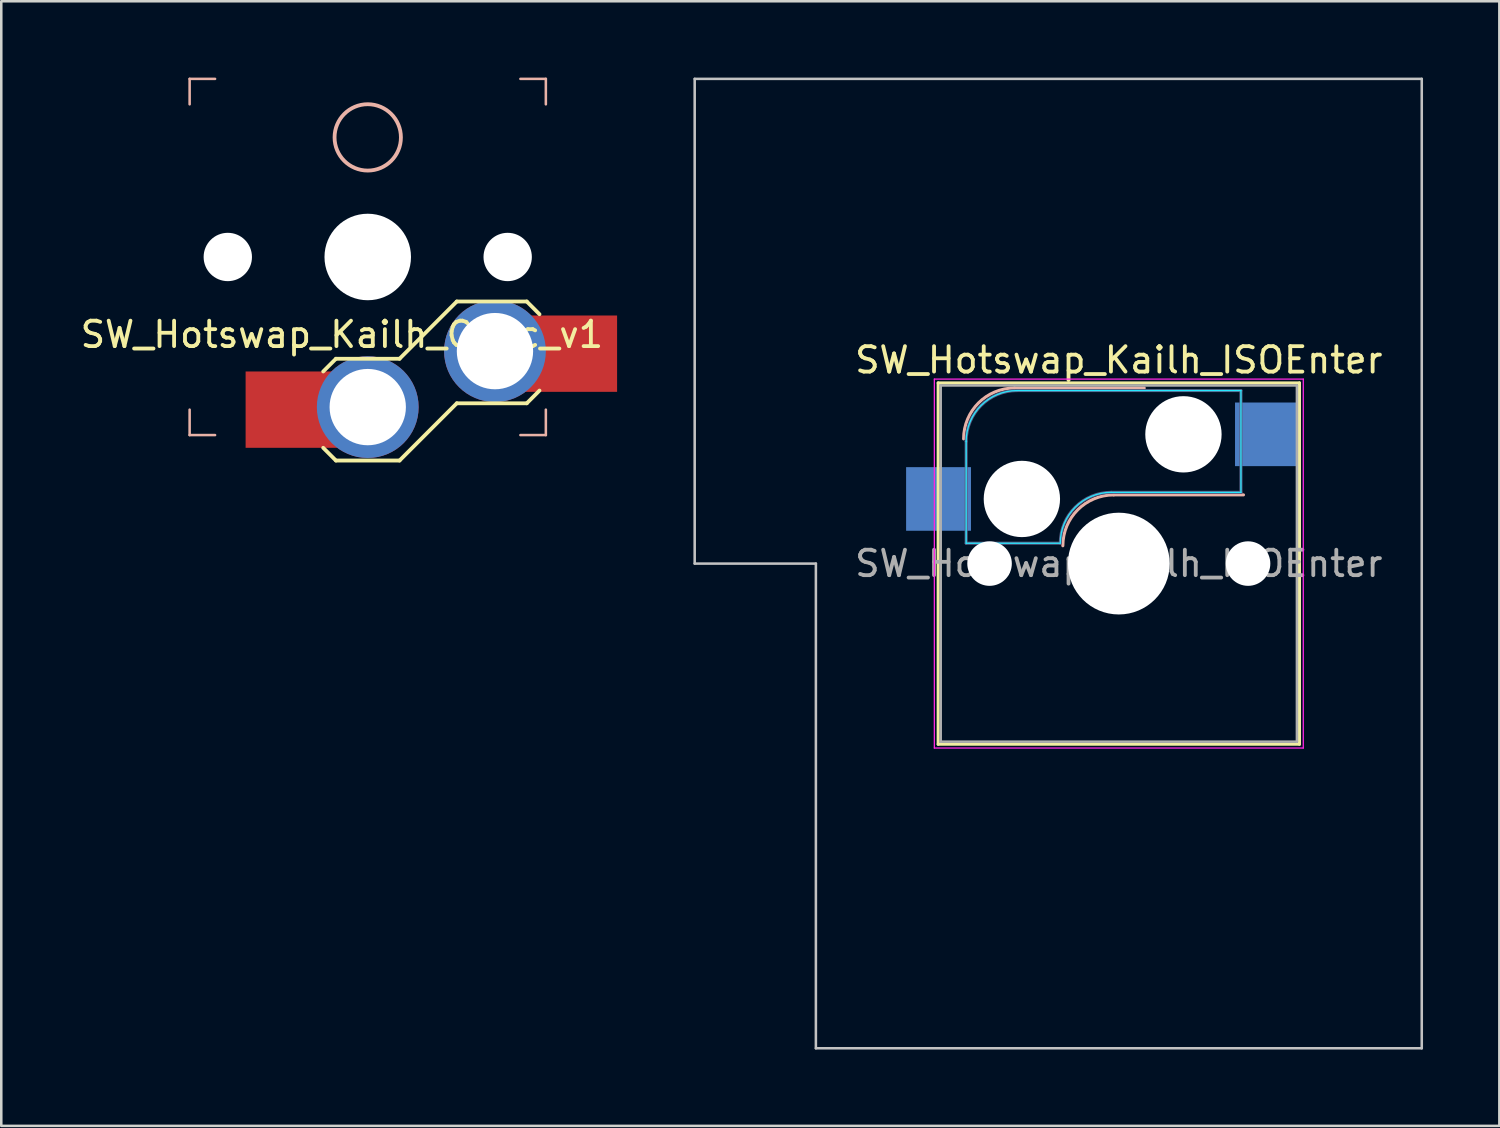
<source format=kicad_pcb>
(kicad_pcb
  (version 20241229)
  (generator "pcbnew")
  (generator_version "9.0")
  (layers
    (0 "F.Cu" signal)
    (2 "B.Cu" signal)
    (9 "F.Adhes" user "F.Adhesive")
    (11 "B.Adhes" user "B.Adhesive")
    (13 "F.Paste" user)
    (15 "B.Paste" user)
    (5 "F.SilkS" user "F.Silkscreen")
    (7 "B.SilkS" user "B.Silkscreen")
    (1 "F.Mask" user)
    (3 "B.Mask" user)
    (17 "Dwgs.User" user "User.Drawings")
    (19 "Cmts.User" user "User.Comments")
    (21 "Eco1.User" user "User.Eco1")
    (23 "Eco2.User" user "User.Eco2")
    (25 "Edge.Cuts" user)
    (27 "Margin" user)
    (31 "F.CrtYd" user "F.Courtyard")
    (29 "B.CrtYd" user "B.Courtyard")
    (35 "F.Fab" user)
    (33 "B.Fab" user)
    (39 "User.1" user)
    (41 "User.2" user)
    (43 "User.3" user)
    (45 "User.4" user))
  (footprint "SW_Hotswap_Kailh_ISOEnter"
    (layer "F.Cu")
    (at 40.922 19.1)
    (property "Reference" "SW_Hotswap_Kailh_ISOEnter" (at 0 -8 0) (layer "F.SilkS") (effects (font (size 1 1) (thickness 0.15))))
    (attr smd)
    (fp_line (start -7.1 -7.1) (end -7.1 7.1) (stroke (width 0.12) (type solid)) (layer "F.SilkS"))
    (fp_line (start -7.1 7.1) (end 7.1 7.1) (stroke (width 0.12) (type solid)) (layer "F.SilkS"))
    (fp_line (start 7.1 -7.1) (end -7.1 -7.1) (stroke (width 0.12) (type solid)) (layer "F.SilkS"))
    (fp_line (start 7.1 7.1) (end 7.1 -7.1) (stroke (width 0.12) (type solid)) (layer "F.SilkS"))
    (fp_line (start -4.1 -6.9) (end 1 -6.9) (stroke (width 0.12) (type solid)) (layer "B.SilkS"))
    (fp_line (start -0.2 -2.7) (end 4.9 -2.7) (stroke (width 0.12) (type solid)) (layer "B.SilkS"))
    (fp_arc (start -6.1 -4.9) (mid -5.514214 -6.314214) (end -4.1 -6.9) (stroke (width 0.12) (type solid)) (layer "B.SilkS"))
    (fp_arc (start -2.2 -0.7) (mid -1.614214 -2.114214) (end -0.2 -2.7) (stroke (width 0.12) (type solid)) (layer "B.SilkS"))
    (fp_line (start -16.669 -19.05) (end -16.669 0) (stroke (width 0.1) (type solid)) (layer "Dwgs.User"))
    (fp_line (start -16.669 0) (end -11.906 0) (stroke (width 0.1) (type solid)) (layer "Dwgs.User"))
    (fp_line (start -11.906 0) (end -11.906 19.05) (stroke (width 0.1) (type solid)) (layer "Dwgs.User"))
    (fp_line (start -11.906 19.05) (end 11.906 19.05) (stroke (width 0.1) (type solid)) (layer "Dwgs.User"))
    (fp_line (start 11.906 -19.05) (end -16.669 -19.05) (stroke (width 0.1) (type solid)) (layer "Dwgs.User"))
    (fp_line (start 11.906 19.05) (end 11.906 -19.05) (stroke (width 0.1) (type solid)) (layer "Dwgs.User"))
    (fp_line (start -7.8 -6) (end -7 -6) (stroke (width 0.1) (type solid)) (layer "Eco1.User"))
    (fp_line (start -7.8 -2.9) (end -7.8 -6) (stroke (width 0.1) (type solid)) (layer "Eco1.User"))
    (fp_line (start -7.8 2.9) (end -7 2.9) (stroke (width 0.1) (type solid)) (layer "Eco1.User"))
    (fp_line (start -7.8 6) (end -7.8 2.9) (stroke (width 0.1) (type solid)) (layer "Eco1.User"))
    (fp_line (start -7 -7) (end 7 -7) (stroke (width 0.1) (type solid)) (layer "Eco1.User"))
    (fp_line (start -7 -6) (end -7 -7) (stroke (width 0.1) (type solid)) (layer "Eco1.User"))
    (fp_line (start -7 -2.9) (end -7.8 -2.9) (stroke (width 0.1) (type solid)) (layer "Eco1.User"))
    (fp_line (start -7 2.9) (end -7 -2.9) (stroke (width 0.1) (type solid)) (layer "Eco1.User"))
    (fp_line (start -7 6) (end -7.8 6) (stroke (width 0.1) (type solid)) (layer "Eco1.User"))
    (fp_line (start -7 7) (end -7 6) (stroke (width 0.1) (type solid)) (layer "Eco1.User"))
    (fp_line (start 7 -7) (end 7 -6) (stroke (width 0.1) (type solid)) (layer "Eco1.User"))
    (fp_line (start 7 -6) (end 7.8 -6) (stroke (width 0.1) (type solid)) (layer "Eco1.User"))
    (fp_line (start 7 -2.9) (end 7 2.9) (stroke (width 0.1) (type solid)) (layer "Eco1.User"))
    (fp_line (start 7 2.9) (end 7.8 2.9) (stroke (width 0.1) (type solid)) (layer "Eco1.User"))
    (fp_line (start 7 6) (end 7 7) (stroke (width 0.1) (type solid)) (layer "Eco1.User"))
    (fp_line (start 7 7) (end -7 7) (stroke (width 0.1) (type solid)) (layer "Eco1.User"))
    (fp_line (start 7.8 -6) (end 7.8 -2.9) (stroke (width 0.1) (type solid)) (layer "Eco1.User"))
    (fp_line (start 7.8 -2.9) (end 7 -2.9) (stroke (width 0.1) (type solid)) (layer "Eco1.User"))
    (fp_line (start 7.8 2.9) (end 7.8 6) (stroke (width 0.1) (type solid)) (layer "Eco1.User"))
    (fp_line (start 7.8 6) (end 7 6) (stroke (width 0.1) (type solid)) (layer "Eco1.User"))
    (fp_line (start -6 -0.8) (end -6 -4.8) (stroke (width 0.05) (type solid)) (layer "B.CrtYd"))
    (fp_line (start -6 -0.8) (end -2.3 -0.8) (stroke (width 0.05) (type solid)) (layer "B.CrtYd"))
    (fp_line (start -4 -6.8) (end 4.8 -6.8) (stroke (width 0.05) (type solid)) (layer "B.CrtYd"))
    (fp_line (start -0.3 -2.8) (end 4.8 -2.8) (stroke (width 0.05) (type solid)) (layer "B.CrtYd"))
    (fp_line (start 4.8 -6.8) (end 4.8 -2.8) (stroke (width 0.05) (type solid)) (layer "B.CrtYd"))
    (fp_arc (start -6 -4.8) (mid -5.414214 -6.214214) (end -4 -6.8) (stroke (width 0.05) (type solid)) (layer "B.CrtYd"))
    (fp_arc (start -2.3 -0.8) (mid -1.714214 -2.214214) (end -0.3 -2.8) (stroke (width 0.05) (type solid)) (layer "B.CrtYd"))
    (fp_line (start -7.25 -7.25) (end -7.25 7.25) (stroke (width 0.05) (type solid)) (layer "F.CrtYd"))
    (fp_line (start -7.25 7.25) (end 7.25 7.25) (stroke (width 0.05) (type solid)) (layer "F.CrtYd"))
    (fp_line (start 7.25 -7.25) (end -7.25 -7.25) (stroke (width 0.05) (type solid)) (layer "F.CrtYd"))
    (fp_line (start 7.25 7.25) (end 7.25 -7.25) (stroke (width 0.05) (type solid)) (layer "F.CrtYd"))
    (fp_line (start -6 -0.8) (end -6 -4.8) (stroke (width 0.12) (type solid)) (layer "B.Fab"))
    (fp_line (start -6 -0.8) (end -2.3 -0.8) (stroke (width 0.12) (type solid)) (layer "B.Fab"))
    (fp_line (start -4 -6.8) (end 4.8 -6.8) (stroke (width 0.12) (type solid)) (layer "B.Fab"))
    (fp_line (start -0.3 -2.8) (end 4.8 -2.8) (stroke (width 0.12) (type solid)) (layer "B.Fab"))
    (fp_line (start 4.8 -6.8) (end 4.8 -2.8) (stroke (width 0.12) (type solid)) (layer "B.Fab"))
    (fp_arc (start -6 -4.8) (mid -5.414214 -6.214214) (end -4 -6.8) (stroke (width 0.12) (type solid)) (layer "B.Fab"))
    (fp_arc (start -2.3 -0.8) (mid -1.714214 -2.214214) (end -0.3 -2.8) (stroke (width 0.12) (type solid)) (layer "B.Fab"))
    (fp_line (start -7 -7) (end -7 7) (stroke (width 0.1) (type solid)) (layer "F.Fab"))
    (fp_line (start -7 7) (end 7 7) (stroke (width 0.1) (type solid)) (layer "F.Fab"))
    (fp_line (start 7 -7) (end -7 -7) (stroke (width 0.1) (type solid)) (layer "F.Fab"))
    (fp_line (start 7 7) (end 7 -7) (stroke (width 0.1) (type solid)) (layer "F.Fab"))
    (fp_text user "${REFERENCE}" (at 0 0 0) (layer "F.Fab") (effects (font (size 1 1) (thickness 0.15))))
    (pad "" np_thru_hole circle (at -5.08 0) (size 1.75 1.75) (drill 1.75) (layers "*.Cu" "*.Mask"))
    (pad "" np_thru_hole circle (at -3.81 -2.54) (size 3 3) (drill 3) (layers "*.Cu" "*.Mask"))
    (pad "" np_thru_hole circle (at 0 0) (size 4 4) (drill 4) (layers "*.Cu" "*.Mask"))
    (pad "" np_thru_hole circle (at 2.54 -5.08) (size 3 3) (drill 3) (layers "*.Cu" "*.Mask"))
    (pad "" np_thru_hole circle (at 5.08 0) (size 1.75 1.75) (drill 1.75) (layers "*.Cu" "*.Mask"))
    (pad "1" smd rect (at -7.085 -2.54) (size 2.55 2.5) (layers "B.Cu" "B.Mask" "B.Paste"))
    (pad "2" smd rect (at 5.842 -5.08) (size 2.55 2.5) (layers "B.Cu" "B.Mask" "B.Paste")))
  (footprint "SW_Hotswap_Kailh_Choc_v1"
    (layer "F.Cu")
    (at 11.403 7.05)
    (property "Reference" "SW_Hotswap_Kailh_Choc_v1" (at -1.016 3.048 0) (layer "F.SilkS") (effects (font (size 1 1) (thickness 0.15))))
    (attr smd)
    (fp_line (start -1.75 4.5) (end -1.25 4) (stroke (width 0.15) (type solid)) (layer "F.SilkS"))
    (fp_line (start -1.25 4) (end 1.25 4) (stroke (width 0.15) (type solid)) (layer "F.SilkS"))
    (fp_line (start -1.25 8) (end -1.75 7.5) (stroke (width 0.15) (type solid)) (layer "F.SilkS"))
    (fp_line (start 1.25 4) (end 3.5 1.75) (stroke (width 0.15) (type solid)) (layer "F.SilkS"))
    (fp_line (start 1.25 8) (end -1.25 8) (stroke (width 0.15) (type solid)) (layer "F.SilkS"))
    (fp_line (start 3.5 1.75) (end 6.25 1.75) (stroke (width 0.15) (type solid)) (layer "F.SilkS"))
    (fp_line (start 3.5 5.75) (end 1.25 8) (stroke (width 0.15) (type solid)) (layer "F.SilkS"))
    (fp_line (start 6.25 1.75) (end 6.75 2.25) (stroke (width 0.15) (type solid)) (layer "F.SilkS"))
    (fp_line (start 6.25 5.75) (end 3.5 5.75) (stroke (width 0.15) (type solid)) (layer "F.SilkS"))
    (fp_line (start 6.75 5.25) (end 6.25 5.75) (stroke (width 0.15) (type solid)) (layer "F.SilkS"))
    (fp_line (start -7 -7) (end -7 -6) (stroke (width 0.1) (type solid)) (layer "B.SilkS"))
    (fp_line (start -7 6) (end -7 7) (stroke (width 0.1) (type solid)) (layer "B.SilkS"))
    (fp_line (start -7 7) (end -6 7) (stroke (width 0.1) (type solid)) (layer "B.SilkS"))
    (fp_line (start -6 -7) (end -7 -7) (stroke (width 0.1) (type solid)) (layer "B.SilkS"))
    (fp_line (start 6 7) (end 7 7) (stroke (width 0.1) (type solid)) (layer "B.SilkS"))
    (fp_line (start 7 -7) (end 6 -7) (stroke (width 0.1) (type solid)) (layer "B.SilkS"))
    (fp_line (start 7 -6) (end 7 -7) (stroke (width 0.1) (type solid)) (layer "B.SilkS"))
    (fp_line (start 7 7) (end 7 6) (stroke (width 0.1) (type solid)) (layer "B.SilkS"))
    (fp_circle (center 0 -4.7) (end -0.7 -3.6) (stroke (width 0.15) (type solid)) (fill no) (layer "B.SilkS"))
    (pad "" np_thru_hole circle (at -5.5 0) (size 1.9 1.9) (drill 1.9) (layers "*.Cu" "*.Mask"))
    (pad "" np_thru_hole circle (at 0 0) (size 3.4 3.4) (drill 3.4) (layers "*.Cu" "*.Mask"))
    (pad "" np_thru_hole circle (at 5.5 0) (size 1.9 1.9) (drill 1.9) (layers "*.Cu" "*.Mask"))
    (pad "1" thru_hole circle (at 5 3.7 180) (size 4 4) (drill 3) (layers "*.Cu" "*.Mask"))
    (pad "1" smd rect (at 8 3.8 180) (size 3.6 3) (layers "F.Cu" "F.Mask" "F.Paste"))
    (pad "2" smd rect (at -3 6 180) (size 3.6 3) (layers "F.Cu" "F.Mask" "F.Paste"))
    (pad "2" thru_hole circle (at 0 5.9 180) (size 4 4) (drill 3) (layers "*.Cu" "*.Mask")))
  (gr_rect
    (start -3 -3)
    (end 55.878 41.2)
    (stroke (width 0.1) (type default))
    (fill no)
    (layer "Edge.Cuts")))
</source>
